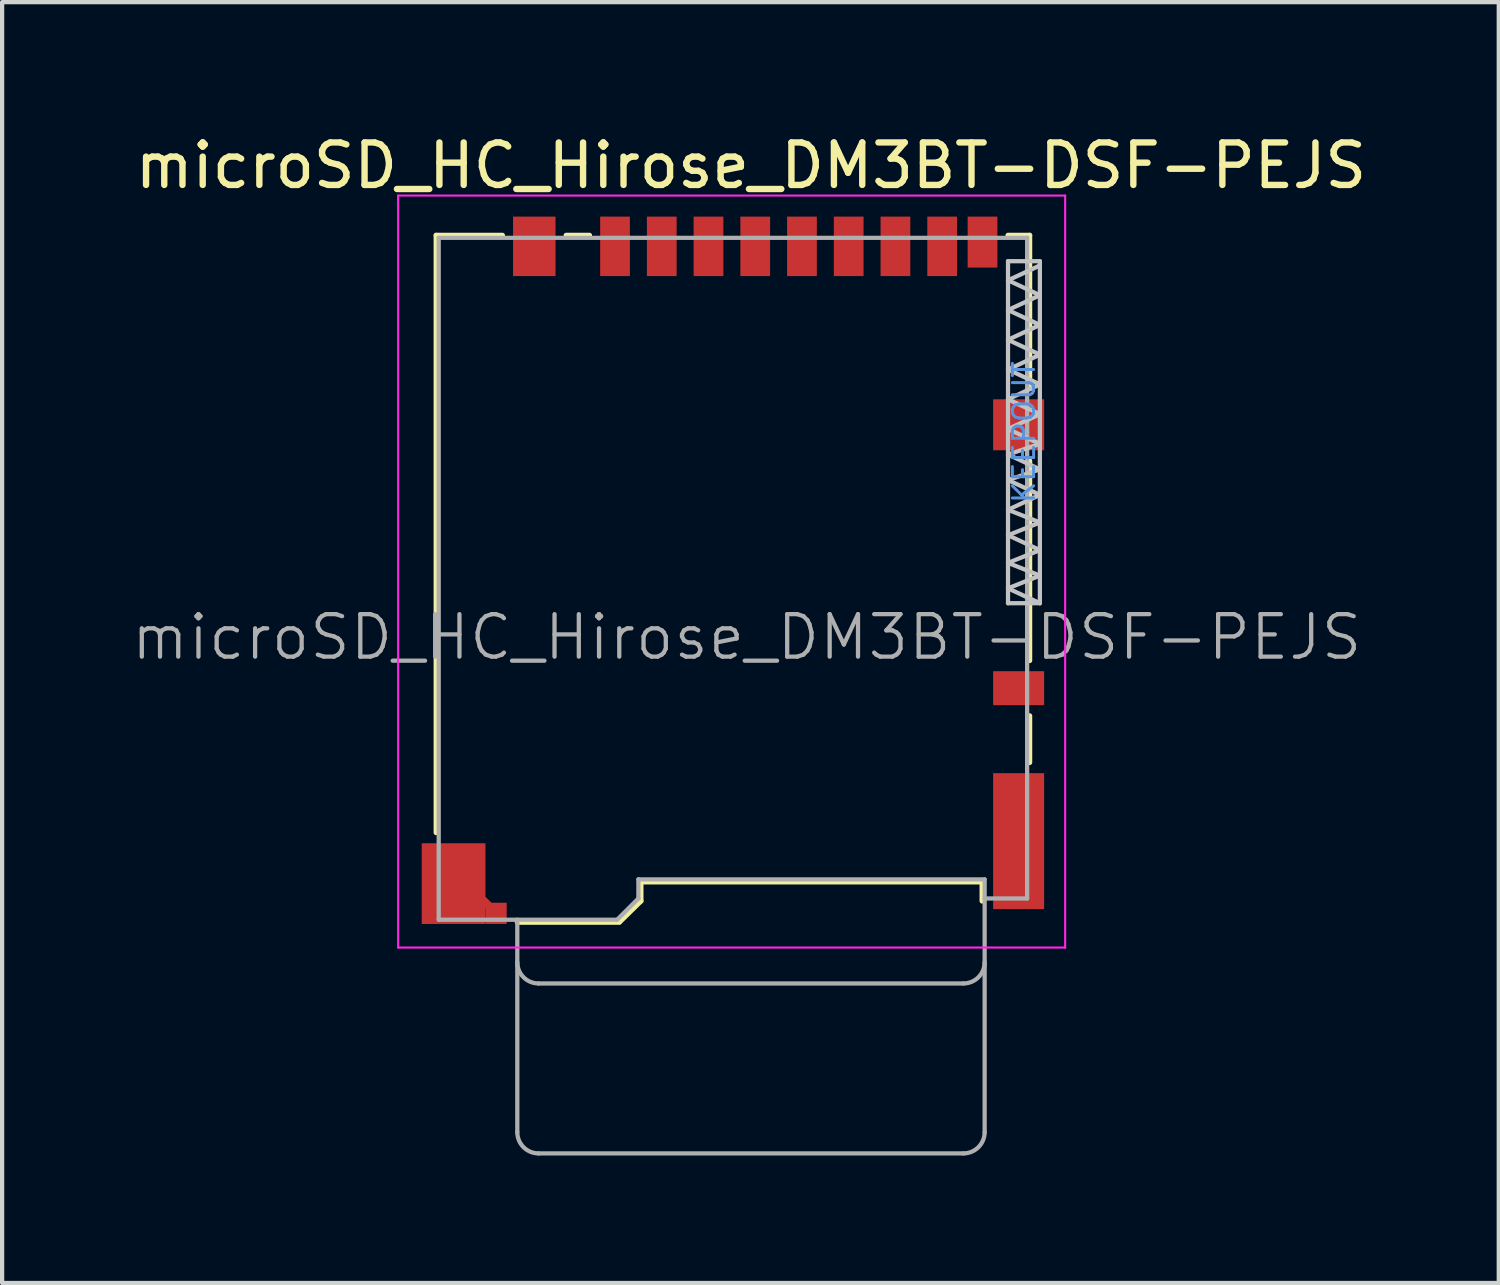
<source format=kicad_pcb>
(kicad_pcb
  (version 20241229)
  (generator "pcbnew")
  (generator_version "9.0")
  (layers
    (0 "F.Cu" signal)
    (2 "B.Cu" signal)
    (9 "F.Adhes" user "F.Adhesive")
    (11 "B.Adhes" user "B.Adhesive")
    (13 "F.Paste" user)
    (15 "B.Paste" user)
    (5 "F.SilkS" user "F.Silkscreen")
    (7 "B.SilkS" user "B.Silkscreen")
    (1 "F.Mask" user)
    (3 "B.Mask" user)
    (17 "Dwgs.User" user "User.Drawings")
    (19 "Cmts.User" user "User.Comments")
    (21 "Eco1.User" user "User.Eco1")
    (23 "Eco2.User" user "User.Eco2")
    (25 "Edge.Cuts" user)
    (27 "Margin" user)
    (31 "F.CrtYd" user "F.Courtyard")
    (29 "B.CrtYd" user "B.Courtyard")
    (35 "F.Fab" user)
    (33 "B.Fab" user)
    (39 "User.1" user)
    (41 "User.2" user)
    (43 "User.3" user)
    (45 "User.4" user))
  (footprint "microSD_HC_Hirose_DM3BT-DSF-PEJS"
    (layer "F.Cu")
    (at 14.201 10.373)
    (property "Reference" "microSD_HC_Hirose_DM3BT-DSF-PEJS" (at 0.425 -9.525 0) (layer "F.SilkS") (effects (font (size 1 1) (thickness 0.15))))
    (attr smd)
    (fp_line (start -6.985 -7.885) (end -6.985 6.175) (stroke (width 0.12) (type solid)) (layer "F.SilkS"))
    (fp_line (start -6.985 -7.885) (end -5.425 -7.885) (stroke (width 0.12) (type solid)) (layer "F.SilkS"))
    (fp_line (start -5.075 8.285) (end -2.675 8.285) (stroke (width 0.12) (type solid)) (layer "F.SilkS"))
    (fp_line (start -3.375 -7.885) (end -3.925 -7.885) (stroke (width 0.12) (type solid)) (layer "F.SilkS"))
    (fp_line (start -2.665 8.275) (end -2.165 7.785) (stroke (width 0.12) (type solid)) (layer "F.SilkS"))
    (fp_line (start -2.165 7.335) (end -2.165 7.785) (stroke (width 0.12) (type solid)) (layer "F.SilkS"))
    (fp_line (start 5.865 7.335) (end -2.165 7.335) (stroke (width 0.12) (type solid)) (layer "F.SilkS"))
    (fp_line (start 5.865 7.335) (end 5.865 7.785) (stroke (width 0.12) (type solid)) (layer "F.SilkS"))
    (fp_line (start 6.475 -7.885) (end 6.985 -7.885) (stroke (width 0.12) (type solid)) (layer "F.SilkS"))
    (fp_line (start 6.985 -7.885) (end 6.985 -4.275) (stroke (width 0.12) (type solid)) (layer "F.SilkS"))
    (fp_line (start 6.985 -2.575) (end 6.985 2.125) (stroke (width 0.12) (type solid)) (layer "F.SilkS"))
    (fp_line (start 6.985 3.425) (end 6.985 4.525) (stroke (width 0.12) (type solid)) (layer "F.SilkS"))
    (fp_line (start 6.475 -6.825) (end 7.225 -7.175) (stroke (width 0.1) (type solid)) (layer "Dwgs.User"))
    (fp_line (start 6.475 -6.125) (end 7.225 -6.475) (stroke (width 0.1) (type solid)) (layer "Dwgs.User"))
    (fp_line (start 6.475 -5.425) (end 7.225 -5.775) (stroke (width 0.1) (type solid)) (layer "Dwgs.User"))
    (fp_line (start 6.475 -4.725) (end 7.225 -5.075) (stroke (width 0.1) (type solid)) (layer "Dwgs.User"))
    (fp_line (start 6.475 -4.025) (end 7.225 -4.375) (stroke (width 0.1) (type solid)) (layer "Dwgs.User"))
    (fp_line (start 6.475 -3.325) (end 7.225 -3.675) (stroke (width 0.1) (type solid)) (layer "Dwgs.User"))
    (fp_line (start 6.475 -2.725) (end 7.225 -2.975) (stroke (width 0.1) (type solid)) (layer "Dwgs.User"))
    (fp_line (start 6.475 -2.125) (end 7.225 -2.375) (stroke (width 0.1) (type solid)) (layer "Dwgs.User"))
    (fp_line (start 6.475 -1.425) (end 7.225 -1.775) (stroke (width 0.1) (type solid)) (layer "Dwgs.User"))
    (fp_line (start 6.475 -0.825) (end 7.225 -1.125) (stroke (width 0.1) (type solid)) (layer "Dwgs.User"))
    (fp_line (start 6.475 -0.175) (end 7.225 -0.475) (stroke (width 0.1) (type solid)) (layer "Dwgs.User"))
    (fp_line (start 6.475 0.425) (end 7.225 0.125) (stroke (width 0.1) (type solid)) (layer "Dwgs.User"))
    (fp_line (start 6.475 0.775) (end 6.475 -7.275) (stroke (width 0.1) (type solid)) (layer "Dwgs.User"))
    (fp_line (start 7.225 -7.275) (end 6.475 -7.275) (stroke (width 0.1) (type solid)) (layer "Dwgs.User"))
    (fp_line (start 7.225 -6.475) (end 6.475 -6.825) (stroke (width 0.1) (type solid)) (layer "Dwgs.User"))
    (fp_line (start 7.225 -5.775) (end 6.475 -6.125) (stroke (width 0.1) (type solid)) (layer "Dwgs.User"))
    (fp_line (start 7.225 -5.075) (end 6.475 -5.425) (stroke (width 0.1) (type solid)) (layer "Dwgs.User"))
    (fp_line (start 7.225 -4.375) (end 6.475 -4.725) (stroke (width 0.1) (type solid)) (layer "Dwgs.User"))
    (fp_line (start 7.225 -3.675) (end 6.475 -4.025) (stroke (width 0.1) (type solid)) (layer "Dwgs.User"))
    (fp_line (start 7.225 -2.975) (end 6.475 -3.325) (stroke (width 0.1) (type solid)) (layer "Dwgs.User"))
    (fp_line (start 7.225 -2.375) (end 6.475 -2.725) (stroke (width 0.1) (type solid)) (layer "Dwgs.User"))
    (fp_line (start 7.225 -1.775) (end 6.475 -2.125) (stroke (width 0.1) (type solid)) (layer "Dwgs.User"))
    (fp_line (start 7.225 -1.125) (end 6.475 -1.425) (stroke (width 0.1) (type solid)) (layer "Dwgs.User"))
    (fp_line (start 7.225 -0.475) (end 6.475 -0.825) (stroke (width 0.1) (type solid)) (layer "Dwgs.User"))
    (fp_line (start 7.225 0.125) (end 6.475 -0.175) (stroke (width 0.1) (type solid)) (layer "Dwgs.User"))
    (fp_line (start 7.225 0.775) (end 6.475 0.425) (stroke (width 0.1) (type solid)) (layer "Dwgs.User"))
    (fp_line (start 7.225 0.775) (end 6.475 0.775) (stroke (width 0.1) (type solid)) (layer "Dwgs.User"))
    (fp_line (start 7.225 0.775) (end 7.225 -7.275) (stroke (width 0.1) (type solid)) (layer "Dwgs.User"))
    (fp_line (start -7.88 -8.82) (end 7.82 -8.82) (stroke (width 0.05) (type solid)) (layer "F.CrtYd"))
    (fp_line (start -7.88 8.88) (end -7.88 -8.82) (stroke (width 0.05) (type solid)) (layer "F.CrtYd"))
    (fp_line (start 7.82 -8.82) (end 7.82 8.88) (stroke (width 0.05) (type solid)) (layer "F.CrtYd"))
    (fp_line (start 7.82 8.88) (end -7.88 8.88) (stroke (width 0.05) (type solid)) (layer "F.CrtYd"))
    (fp_line (start -6.925 -7.825) (end 6.925 -7.825) (stroke (width 0.1) (type solid)) (layer "F.Fab"))
    (fp_line (start -6.925 8.225) (end -6.925 -7.825) (stroke (width 0.1) (type solid)) (layer "F.Fab"))
    (fp_line (start -6.925 8.225) (end -2.725 8.225) (stroke (width 0.1) (type solid)) (layer "F.Fab"))
    (fp_line (start -5.075 8.225) (end -5.075 13.225) (stroke (width 0.1) (type solid)) (layer "F.Fab"))
    (fp_line (start -4.575 9.725) (end 5.425 9.725) (stroke (width 0.1) (type solid)) (layer "F.Fab"))
    (fp_line (start -4.575 13.725) (end 5.425 13.725) (stroke (width 0.1) (type solid)) (layer "F.Fab"))
    (fp_line (start -2.225 7.275) (end -2.225 7.725) (stroke (width 0.1) (type solid)) (layer "F.Fab"))
    (fp_line (start -2.225 7.275) (end 5.925 7.275) (stroke (width 0.1) (type solid)) (layer "F.Fab"))
    (fp_line (start -2.225 7.725) (end -2.725 8.225) (stroke (width 0.1) (type solid)) (layer "F.Fab"))
    (fp_line (start 5.925 13.225) (end 5.925 7.275) (stroke (width 0.1) (type solid)) (layer "F.Fab"))
    (fp_line (start 6.925 7.725) (end 5.925 7.725) (stroke (width 0.1) (type solid)) (layer "F.Fab"))
    (fp_line (start 6.925 7.725) (end 6.925 -7.825) (stroke (width 0.1) (type solid)) (layer "F.Fab"))
    (fp_arc (start -4.575 9.725) (mid -4.928553 9.578553) (end -5.075 9.225) (stroke (width 0.1) (type solid)) (layer "F.Fab"))
    (fp_arc (start -4.575 13.725) (mid -4.928553 13.578553) (end -5.075 13.225) (stroke (width 0.1) (type solid)) (layer "F.Fab"))
    (fp_arc (start 5.925 9.225) (mid 5.778553 9.578553) (end 5.425 9.725) (stroke (width 0.1) (type solid)) (layer "F.Fab"))
    (fp_arc (start 5.925 13.225) (mid 5.778553 13.578553) (end 5.425 13.725) (stroke (width 0.1) (type solid)) (layer "F.Fab"))
    (fp_text user "KEEPOUT" (at 6.85 -3.25 90) (layer "Cmts.User") (effects (font (size 0.5 0.5) (thickness 0.07))))
    (fp_text user "${REFERENCE}" (at 0.325 1.575 0) (layer "F.Fab") (effects (font (size 1 1) (thickness 0.1))))
    (pad "1" smd rect (at -2.775 -7.625) (size 0.7 1.4) (layers "F.Cu" "F.Mask" "F.Paste"))
    (pad "2" smd rect (at -1.675 -7.625) (size 0.7 1.4) (layers "F.Cu" "F.Mask" "F.Paste"))
    (pad "3" smd rect (at -0.575 -7.625) (size 0.7 1.4) (layers "F.Cu" "F.Mask" "F.Paste"))
    (pad "4" smd rect (at 0.525 -7.625) (size 0.7 1.4) (layers "F.Cu" "F.Mask" "F.Paste"))
    (pad "5" smd rect (at 1.625 -7.625) (size 0.7 1.4) (layers "F.Cu" "F.Mask" "F.Paste"))
    (pad "6" smd rect (at 2.725 -7.625) (size 0.7 1.4) (layers "F.Cu" "F.Mask" "F.Paste"))
    (pad "7" smd rect (at 3.825 -7.625) (size 0.7 1.4) (layers "F.Cu" "F.Mask" "F.Paste"))
    (pad "8" smd rect (at 4.925 -7.625) (size 0.7 1.4) (layers "F.Cu" "F.Mask" "F.Paste"))
    (pad "9" smd rect (at 5.875 -7.725) (size 0.7 1.2) (layers "F.Cu" "F.Mask" "F.Paste"))
    (pad "10" smd rect (at 6.725 2.775) (size 1.2 0.8) (layers "F.Cu" "F.Mask" "F.Paste"))
    (pad "11" smd rect (at -6.575 7.375) (size 1.5 1.9) (layers "F.Cu" "F.Mask" "F.Paste"))
    (pad "11" smd rect (at -5.825 7.825 45) (size 0.2 0.2) (layers "F.Cu" "F.Mask" "F.Paste"))
    (pad "11" smd rect (at -5.575 8.075) (size 0.5 0.5) (layers "F.Cu" "F.Mask" "F.Paste"))
    (pad "11" smd rect (at -4.675 -7.625) (size 1 1.4) (layers "F.Cu" "F.Mask" "F.Paste"))
    (pad "11" smd rect (at 6.725 -3.425) (size 1.2 1.2) (layers "F.Cu" "F.Mask" "F.Paste"))
    (pad "11" smd rect (at 6.725 6.375) (size 1.2 3.2) (layers "F.Cu" "F.Mask" "F.Paste")))
  (gr_rect
    (start -3 -3)
    (end 32.227 27.148)
    (stroke (width 0.1) (type default))
    (fill no)
    (layer "Edge.Cuts")))
</source>
